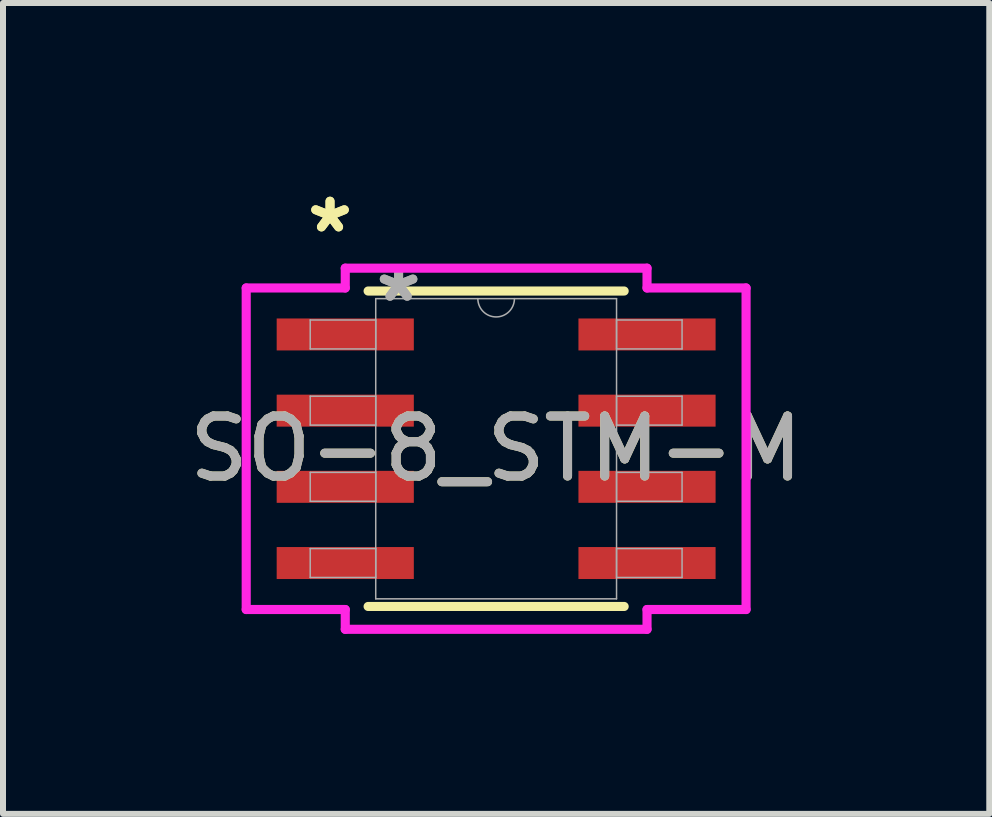
<source format=kicad_pcb>
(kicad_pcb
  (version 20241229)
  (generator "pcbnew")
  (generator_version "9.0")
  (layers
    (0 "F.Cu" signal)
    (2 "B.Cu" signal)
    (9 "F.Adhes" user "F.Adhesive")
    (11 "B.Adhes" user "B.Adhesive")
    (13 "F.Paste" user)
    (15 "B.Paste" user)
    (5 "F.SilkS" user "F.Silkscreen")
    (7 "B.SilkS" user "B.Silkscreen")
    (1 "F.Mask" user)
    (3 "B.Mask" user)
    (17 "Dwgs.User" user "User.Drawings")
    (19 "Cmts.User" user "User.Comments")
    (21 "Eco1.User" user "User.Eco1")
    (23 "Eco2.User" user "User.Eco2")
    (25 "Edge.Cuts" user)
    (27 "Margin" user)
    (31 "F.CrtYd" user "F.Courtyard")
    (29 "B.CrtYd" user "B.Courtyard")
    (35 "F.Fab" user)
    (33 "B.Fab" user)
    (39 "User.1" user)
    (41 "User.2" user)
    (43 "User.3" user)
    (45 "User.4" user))
  (footprint "SO-8_STM-M"
    (layer "F.Cu")
    (at 5.22 4.43)
    (property "Reference" "SO-8_STM-M" (at 0 0 0) (unlocked yes) (layer "F.SilkS") (effects (font (size 1 1) (thickness 0.15))))
    (attr smd)
    (fp_line (start -2.134 2.629) (end 2.134 2.629) (stroke (width 0.152) (type solid)) (layer "F.SilkS"))
    (fp_line (start 2.134 -2.629) (end -2.134 -2.629) (stroke (width 0.152) (type solid)) (layer "F.SilkS"))
    (fp_line (start -4.166 -2.68) (end -2.515 -2.68) (stroke (width 0.152) (type solid)) (layer "F.CrtYd"))
    (fp_line (start -4.166 2.68) (end -4.166 -2.68) (stroke (width 0.152) (type solid)) (layer "F.CrtYd"))
    (fp_line (start -4.166 2.68) (end -2.515 2.68) (stroke (width 0.152) (type solid)) (layer "F.CrtYd"))
    (fp_line (start -2.515 -3.01) (end 2.515 -3.01) (stroke (width 0.152) (type solid)) (layer "F.CrtYd"))
    (fp_line (start -2.515 -2.68) (end -2.515 -3.01) (stroke (width 0.152) (type solid)) (layer "F.CrtYd"))
    (fp_line (start -2.515 3.01) (end -2.515 2.68) (stroke (width 0.152) (type solid)) (layer "F.CrtYd"))
    (fp_line (start 2.515 -3.01) (end 2.515 -2.68) (stroke (width 0.152) (type solid)) (layer "F.CrtYd"))
    (fp_line (start 2.515 2.68) (end 2.515 3.01) (stroke (width 0.152) (type solid)) (layer "F.CrtYd"))
    (fp_line (start 2.515 3.01) (end -2.515 3.01) (stroke (width 0.152) (type solid)) (layer "F.CrtYd"))
    (fp_line (start 4.166 -2.68) (end 2.515 -2.68) (stroke (width 0.152) (type solid)) (layer "F.CrtYd"))
    (fp_line (start 4.166 -2.68) (end 4.166 2.68) (stroke (width 0.152) (type solid)) (layer "F.CrtYd"))
    (fp_line (start 4.166 2.68) (end 2.515 2.68) (stroke (width 0.152) (type solid)) (layer "F.CrtYd"))
    (fp_line (start -3.099 -2.146) (end -3.099 -1.664) (stroke (width 0.025) (type solid)) (layer "F.Fab"))
    (fp_line (start -3.099 -1.664) (end -2.007 -1.664) (stroke (width 0.025) (type solid)) (layer "F.Fab"))
    (fp_line (start -3.099 -0.876) (end -3.099 -0.394) (stroke (width 0.025) (type solid)) (layer "F.Fab"))
    (fp_line (start -3.099 -0.394) (end -2.007 -0.394) (stroke (width 0.025) (type solid)) (layer "F.Fab"))
    (fp_line (start -3.099 0.394) (end -3.099 0.876) (stroke (width 0.025) (type solid)) (layer "F.Fab"))
    (fp_line (start -3.099 0.876) (end -2.007 0.876) (stroke (width 0.025) (type solid)) (layer "F.Fab"))
    (fp_line (start -3.099 1.664) (end -3.099 2.146) (stroke (width 0.025) (type solid)) (layer "F.Fab"))
    (fp_line (start -3.099 2.146) (end -2.007 2.146) (stroke (width 0.025) (type solid)) (layer "F.Fab"))
    (fp_line (start -2.007 -2.502) (end -2.007 2.502) (stroke (width 0.025) (type solid)) (layer "F.Fab"))
    (fp_line (start -2.007 -2.146) (end -3.099 -2.146) (stroke (width 0.025) (type solid)) (layer "F.Fab"))
    (fp_line (start -2.007 -1.664) (end -2.007 -2.146) (stroke (width 0.025) (type solid)) (layer "F.Fab"))
    (fp_line (start -2.007 -0.876) (end -3.099 -0.876) (stroke (width 0.025) (type solid)) (layer "F.Fab"))
    (fp_line (start -2.007 -0.394) (end -2.007 -0.876) (stroke (width 0.025) (type solid)) (layer "F.Fab"))
    (fp_line (start -2.007 0.394) (end -3.099 0.394) (stroke (width 0.025) (type solid)) (layer "F.Fab"))
    (fp_line (start -2.007 0.876) (end -2.007 0.394) (stroke (width 0.025) (type solid)) (layer "F.Fab"))
    (fp_line (start -2.007 1.664) (end -3.099 1.664) (stroke (width 0.025) (type solid)) (layer "F.Fab"))
    (fp_line (start -2.007 2.146) (end -2.007 1.664) (stroke (width 0.025) (type solid)) (layer "F.Fab"))
    (fp_line (start -2.007 2.502) (end 2.007 2.502) (stroke (width 0.025) (type solid)) (layer "F.Fab"))
    (fp_line (start 2.007 -2.502) (end -2.007 -2.502) (stroke (width 0.025) (type solid)) (layer "F.Fab"))
    (fp_line (start 2.007 -2.146) (end 2.007 -1.664) (stroke (width 0.025) (type solid)) (layer "F.Fab"))
    (fp_line (start 2.007 -1.664) (end 3.099 -1.664) (stroke (width 0.025) (type solid)) (layer "F.Fab"))
    (fp_line (start 2.007 -0.876) (end 2.007 -0.394) (stroke (width 0.025) (type solid)) (layer "F.Fab"))
    (fp_line (start 2.007 -0.394) (end 3.099 -0.394) (stroke (width 0.025) (type solid)) (layer "F.Fab"))
    (fp_line (start 2.007 0.394) (end 2.007 0.876) (stroke (width 0.025) (type solid)) (layer "F.Fab"))
    (fp_line (start 2.007 0.876) (end 3.099 0.876) (stroke (width 0.025) (type solid)) (layer "F.Fab"))
    (fp_line (start 2.007 1.664) (end 2.007 2.146) (stroke (width 0.025) (type solid)) (layer "F.Fab"))
    (fp_line (start 2.007 2.146) (end 3.099 2.146) (stroke (width 0.025) (type solid)) (layer "F.Fab"))
    (fp_line (start 2.007 2.502) (end 2.007 -2.502) (stroke (width 0.025) (type solid)) (layer "F.Fab"))
    (fp_line (start 3.099 -2.146) (end 2.007 -2.146) (stroke (width 0.025) (type solid)) (layer "F.Fab"))
    (fp_line (start 3.099 -1.664) (end 3.099 -2.146) (stroke (width 0.025) (type solid)) (layer "F.Fab"))
    (fp_line (start 3.099 -0.876) (end 2.007 -0.876) (stroke (width 0.025) (type solid)) (layer "F.Fab"))
    (fp_line (start 3.099 -0.394) (end 3.099 -0.876) (stroke (width 0.025) (type solid)) (layer "F.Fab"))
    (fp_line (start 3.099 0.394) (end 2.007 0.394) (stroke (width 0.025) (type solid)) (layer "F.Fab"))
    (fp_line (start 3.099 0.876) (end 3.099 0.394) (stroke (width 0.025) (type solid)) (layer "F.Fab"))
    (fp_line (start 3.099 1.664) (end 2.007 1.664) (stroke (width 0.025) (type solid)) (layer "F.Fab"))
    (fp_line (start 3.099 2.146) (end 3.099 1.664) (stroke (width 0.025) (type solid)) (layer "F.Fab"))
    (fp_arc (start 0.3048 -2.5019) (mid 0 -2.1971) (end -0.3048 -2.5019) (stroke (width 0.0254) (type solid)) (layer "F.Fab"))
    (fp_text user "*" (at -2.769 -3.581 0) (layer "F.SilkS") (effects (font (size 1 1) (thickness 0.15))))
    (fp_text user "*" (at -2.769 -3.581 0) (unlocked yes) (layer "F.SilkS") (effects (font (size 1 1) (thickness 0.15))))
    (fp_text user "*" (at -1.626 -2.426 0) (layer "F.Fab") (effects (font (size 1 1) (thickness 0.15))))
    (fp_text user "*" (at -1.626 -2.426 0) (unlocked yes) (layer "F.Fab") (effects (font (size 1 1) (thickness 0.15))))
    (fp_text user "${REFERENCE}" (at 0 0 0) (unlocked yes) (layer "F.Fab") (effects (font (size 1 1) (thickness 0.15))))
    (pad "1" smd rect (at -2.515 -1.905) (size 2.286 0.533) (layers "F.Cu" "F.Mask" "F.Paste"))
    (pad "2" smd rect (at -2.515 -0.635) (size 2.286 0.533) (layers "F.Cu" "F.Mask" "F.Paste"))
    (pad "3" smd rect (at -2.515 0.635) (size 2.286 0.533) (layers "F.Cu" "F.Mask" "F.Paste"))
    (pad "4" smd rect (at -2.515 1.905) (size 2.286 0.533) (layers "F.Cu" "F.Mask" "F.Paste"))
    (pad "5" smd rect (at 2.515 1.905) (size 2.286 0.533) (layers "F.Cu" "F.Mask" "F.Paste"))
    (pad "6" smd rect (at 2.515 0.635) (size 2.286 0.533) (layers "F.Cu" "F.Mask" "F.Paste"))
    (pad "7" smd rect (at 2.515 -0.635) (size 2.286 0.533) (layers "F.Cu" "F.Mask" "F.Paste"))
    (pad "8" smd rect (at 2.515 -1.905) (size 2.286 0.533) (layers "F.Cu" "F.Mask" "F.Paste")))
  (gr_rect
    (start -3 -3)
    (end 13.44 10.516)
    (stroke (width 0.1) (type default))
    (fill no)
    (layer "Edge.Cuts")))
</source>
